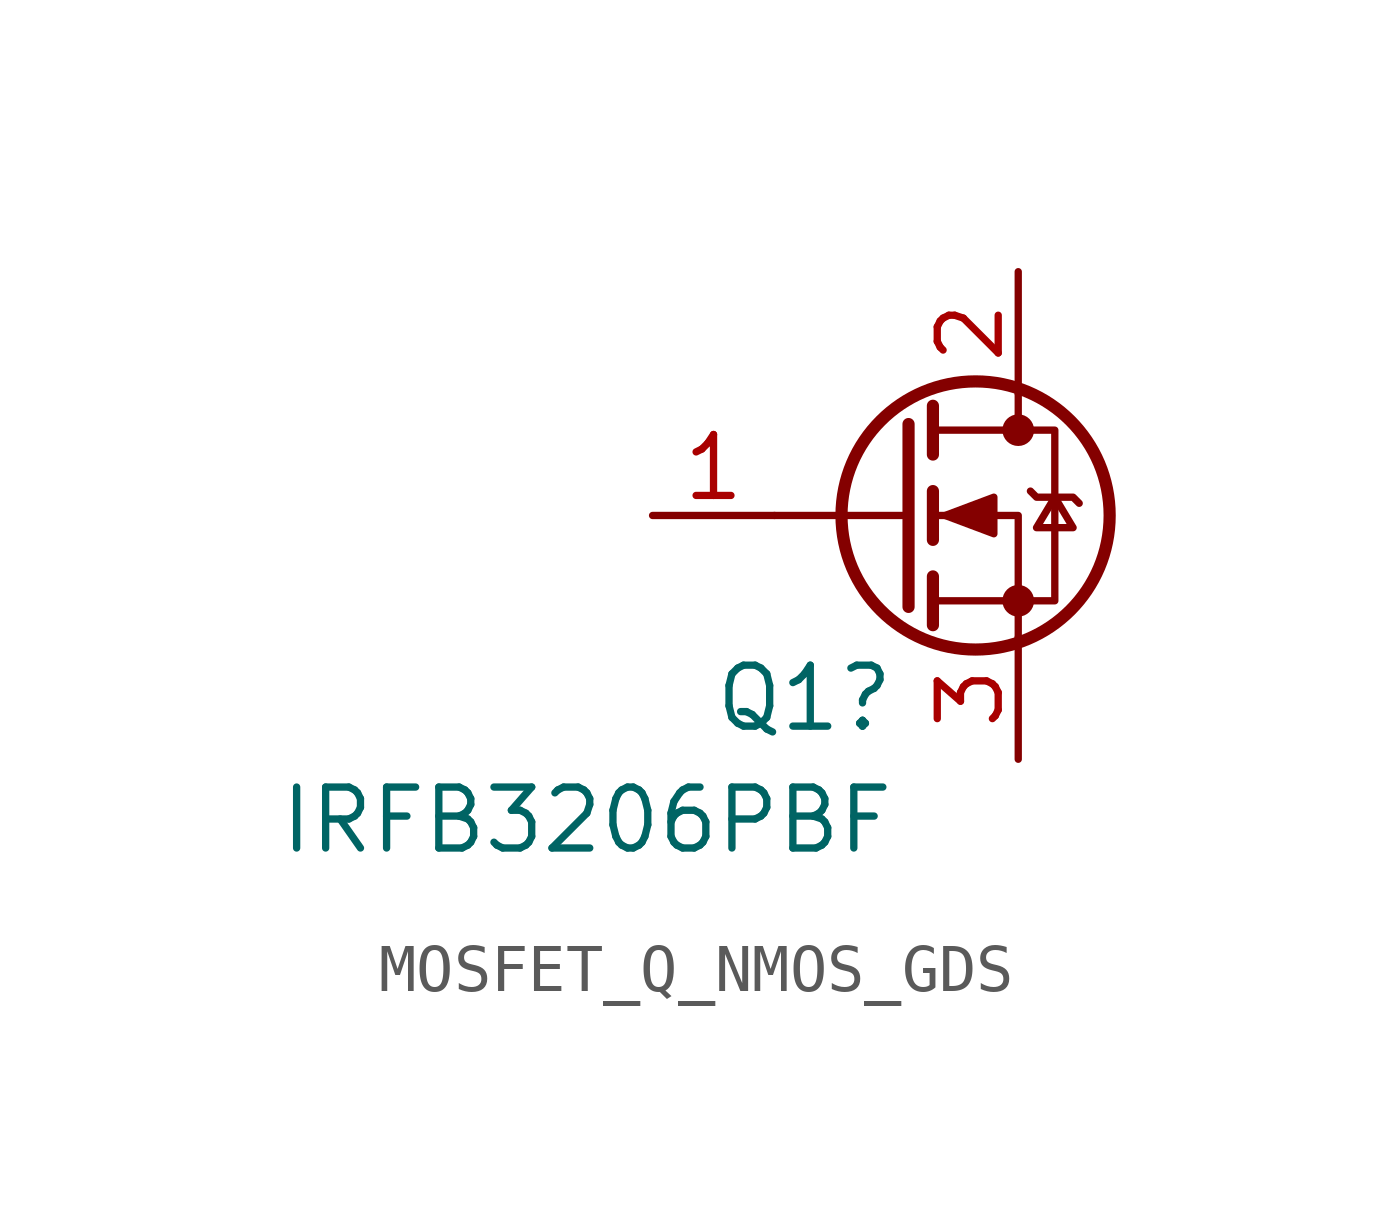
<source format=kicad_sym>
(kicad_symbol_lib
  (version 20220914)
  (generator kicad_symbol_editor)
  (symbol "MOSFET_Q_NMOS_GDS"
    (pin_names
      (offset 0) hide)
    (property "Reference" "Q1"
      (at 0 -3.81 0)
      (effects (font (size 1.27 1.27)) (justify right)))
    (property "Value" "IRFB3206PBF"
      (at 0 -6.35 0)
      (effects (font (size 1.27 1.27)) (justify right)))
    (symbol "MOSFET_Q_NMOS_GDS_0_1"
      (polyline (pts (xy 0.254 0) (xy -2.54 0)) (stroke (width 0) (type default)) (fill (type none)))
      (polyline (pts (xy 0.254 1.905) (xy 0.254 -1.905)) (stroke (width 0.254) (type default)) (fill (type none)))
      (polyline (pts (xy 0.762 -1.27) (xy 0.762 -2.286)) (stroke (width 0.254) (type default)) (fill (type none)))
      (polyline (pts (xy 0.762 0.508) (xy 0.762 -0.508)) (stroke (width 0.254) (type default)) (fill (type none)))
      (polyline (pts (xy 0.762 2.286) (xy 0.762 1.27)) (stroke (width 0.254) (type default)) (fill (type none)))
      (polyline (pts (xy 2.54 2.54) (xy 2.54 1.778)) (stroke (width 0) (type default)) (fill (type none)))
      (polyline (pts (xy 2.54 -2.54) (xy 2.54 0) (xy 0.762 0)) (stroke (width 0) (type default)) (fill (type none)))
      (polyline (pts (xy 0.762 -1.778) (xy 3.302 -1.778) (xy 3.302 1.778) (xy 0.762 1.778)) (stroke (width 0) (type default)) (fill (type none)))
      (polyline (pts (xy 1.016 0) (xy 2.032 0.381) (xy 2.032 -0.381) (xy 1.016 0)) (stroke (width 0) (type default)) (fill (type outline)))
      (polyline (pts (xy 2.794 0.508) (xy 2.921 0.381) (xy 3.683 0.381) (xy 3.81 0.254)) (stroke (width 0) (type default)) (fill (type none)))
      (polyline (pts (xy 3.302 0.381) (xy 2.921 -0.254) (xy 3.683 -0.254) (xy 3.302 0.381)) (stroke (width 0) (type default)) (fill (type none)))
      (circle (center 1.651 0) (radius 2.794) (stroke (width 0.254) (type default)) (fill (type none)))
      (circle (center 2.54 -1.778) (radius 0.254) (stroke (width 0) (type default)) (fill (type outline)))
      (circle (center 2.54 1.778) (radius 0.254) (stroke (width 0) (type default)) (fill (type outline))))
    (symbol "MOSFET_Q_NMOS_GDS_1_1"
      (pin input line (at -5.08 0 0) (length 2.54) (name "G" (effects (font (size 1.27 1.27)))) (number "1" (effects (font (size 1.27 1.27)))))
      (pin passive line (at 2.54 5.08 270) (length 2.54) (name "D" (effects (font (size 1.27 1.27)))) (number "2" (effects (font (size 1.27 1.27)))))
      (pin passive line (at 2.54 -5.08 90) (length 2.54) (name "S" (effects (font (size 1.27 1.27)))) (number "3" (effects (font (size 1.27 1.27))))))))
</source>
